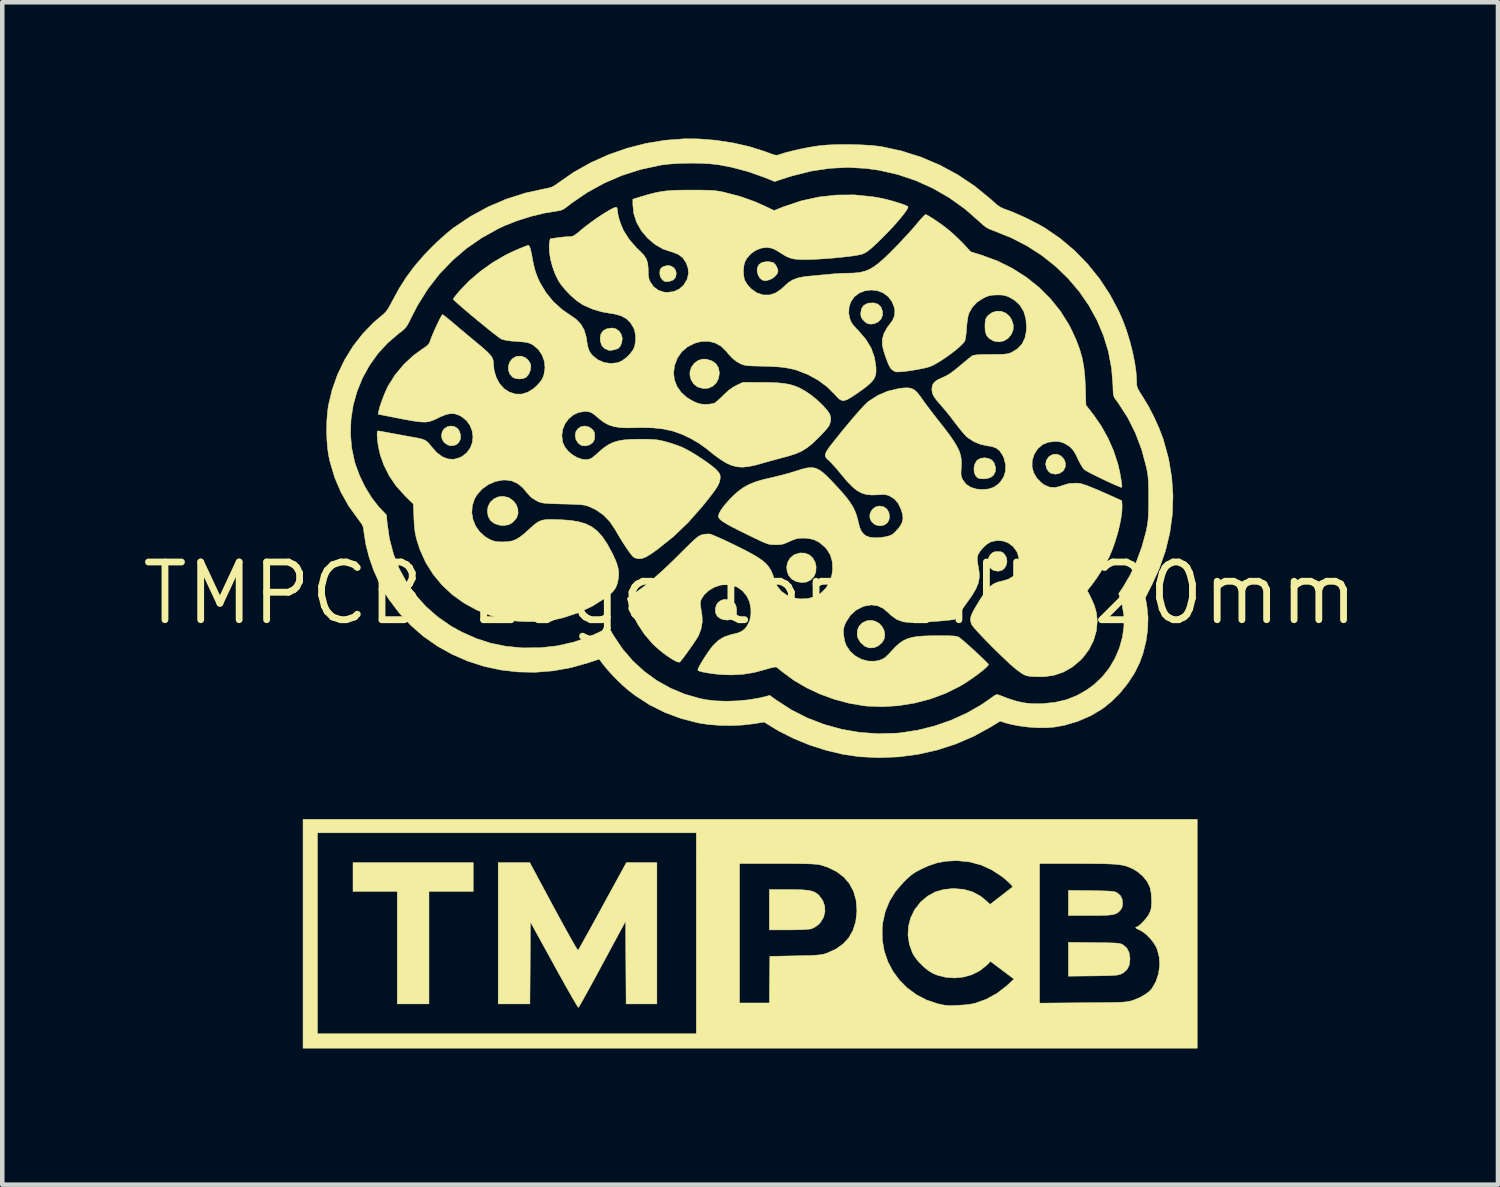
<source format=kicad_pcb>
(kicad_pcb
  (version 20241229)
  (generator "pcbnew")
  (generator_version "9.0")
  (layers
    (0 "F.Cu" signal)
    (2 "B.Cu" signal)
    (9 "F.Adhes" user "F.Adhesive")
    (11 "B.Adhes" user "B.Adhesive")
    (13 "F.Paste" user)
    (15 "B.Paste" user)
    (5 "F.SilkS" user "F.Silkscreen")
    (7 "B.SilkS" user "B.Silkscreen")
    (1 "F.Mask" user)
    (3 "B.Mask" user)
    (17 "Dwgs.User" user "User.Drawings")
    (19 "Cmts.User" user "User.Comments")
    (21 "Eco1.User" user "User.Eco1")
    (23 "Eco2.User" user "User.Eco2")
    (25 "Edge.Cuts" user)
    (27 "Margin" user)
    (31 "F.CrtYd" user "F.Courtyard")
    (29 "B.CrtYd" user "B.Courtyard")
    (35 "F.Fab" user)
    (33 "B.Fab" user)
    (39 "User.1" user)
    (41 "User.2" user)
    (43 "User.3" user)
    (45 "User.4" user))
  (footprint "TMPCB Logo top silk 20mm"
    (layer "F.Cu")
    (at 13.463 10.012)
    (property "Reference" "TMPCB Logo top silk 20mm" (at 0 0 0) (layer "F.SilkS") (effects (font (size 1.27 1.27) (thickness 0.15))))
    (attr through_hole)
    (fp_poly (pts (xy -6.096 6.562) (xy -7.07 6.562) (xy -7.07 9.038) (xy -7.768 9.038) (xy -7.768 6.562) (xy -8.742 6.562) (xy -8.742 5.927) (xy -6.096 5.927) (xy -6.096 6.562)) (stroke (width 0.01) (type solid)) (fill yes) (layer "F.SilkS"))
    (fp_poly (pts (xy -1.749 -7.208) (xy -1.682 -7.17) (xy -1.638 -7.107) (xy -1.626 -7.04) (xy -1.642 -6.957) (xy -1.691 -6.9) (xy -1.774 -6.868) (xy -1.794 -6.864) (xy -1.857 -6.861) (xy -1.901 -6.878) (xy -1.935 -6.907) (xy -1.978 -6.97) (xy -1.989 -7.042) (xy -1.984 -7.113) (xy -1.963 -7.157) (xy -1.918 -7.19) (xy -1.912 -7.193) (xy -1.828 -7.218) (xy -1.749 -7.208)) (stroke (width 0.01) (type solid)) (fill yes) (layer "F.SilkS"))
    (fp_poly (pts (xy 2.937 -1.907) (xy 2.944 -1.904) (xy 3.01 -1.856) (xy 3.053 -1.783) (xy 3.069 -1.699) (xy 3.056 -1.615) (xy 3.022 -1.556) (xy 2.953 -1.505) (xy 2.867 -1.487) (xy 2.778 -1.502) (xy 2.735 -1.523) (xy 2.669 -1.584) (xy 2.637 -1.656) (xy 2.635 -1.731) (xy 2.66 -1.803) (xy 2.706 -1.864) (xy 2.77 -1.907) (xy 2.849 -1.923) (xy 2.937 -1.907)) (stroke (width 0.01) (type solid)) (fill yes) (layer "F.SilkS"))
    (fp_poly (pts (xy 5.249 -2.97) (xy 5.323 -2.932) (xy 5.37 -2.875) (xy 5.403 -2.771) (xy 5.398 -2.679) (xy 5.357 -2.602) (xy 5.306 -2.56) (xy 5.235 -2.532) (xy 5.148 -2.52) (xy 5.064 -2.525) (xy 5.009 -2.543) (xy 4.96 -2.594) (xy 4.932 -2.669) (xy 4.927 -2.756) (xy 4.944 -2.842) (xy 4.984 -2.914) (xy 5.005 -2.936) (xy 5.077 -2.974) (xy 5.163 -2.985) (xy 5.249 -2.97)) (stroke (width 0.01) (type solid)) (fill yes) (layer "F.SilkS"))
    (fp_poly (pts (xy -4.957 -5.193) (xy -4.886 -5.136) (xy -4.839 -5.061) (xy -4.826 -4.989) (xy -4.84 -4.905) (xy -4.876 -4.822) (xy -4.926 -4.761) (xy -4.934 -4.755) (xy -5.003 -4.727) (xy -5.089 -4.72) (xy -5.174 -4.733) (xy -5.233 -4.762) (xy -5.294 -4.834) (xy -5.322 -4.92) (xy -5.32 -5.011) (xy -5.29 -5.097) (xy -5.233 -5.168) (xy -5.152 -5.214) (xy -5.134 -5.219) (xy -5.043 -5.223) (xy -4.957 -5.193)) (stroke (width 0.01) (type solid)) (fill yes) (layer "F.SilkS"))
    (fp_poly (pts (xy -3.555 -3.665) (xy -3.489 -3.623) (xy -3.446 -3.577) (xy -3.427 -3.531) (xy -3.422 -3.463) (xy -3.428 -3.389) (xy -3.452 -3.337) (xy -3.474 -3.311) (xy -3.542 -3.267) (xy -3.626 -3.246) (xy -3.705 -3.254) (xy -3.717 -3.258) (xy -3.786 -3.309) (xy -3.834 -3.385) (xy -3.852 -3.474) (xy -3.852 -3.476) (xy -3.835 -3.563) (xy -3.787 -3.629) (xy -3.719 -3.671) (xy -3.638 -3.684) (xy -3.555 -3.665)) (stroke (width 0.01) (type solid)) (fill yes) (layer "F.SilkS"))
    (fp_poly (pts (xy 2.751 0.611) (xy 2.837 0.659) (xy 2.905 0.731) (xy 2.949 0.817) (xy 2.965 0.91) (xy 2.951 1.003) (xy 2.906 1.081) (xy 2.82 1.156) (xy 2.724 1.197) (xy 2.625 1.201) (xy 2.531 1.167) (xy 2.519 1.159) (xy 2.426 1.077) (xy 2.372 0.982) (xy 2.356 0.917) (xy 2.361 0.81) (xy 2.402 0.718) (xy 2.472 0.647) (xy 2.566 0.604) (xy 2.65 0.593) (xy 2.751 0.611)) (stroke (width 0.01) (type solid)) (fill yes) (layer "F.SilkS"))
    (fp_poly (pts (xy 2.814 -6.367) (xy 2.877 -6.306) (xy 2.879 -6.302) (xy 2.915 -6.208) (xy 2.914 -6.117) (xy 2.879 -6.036) (xy 2.815 -5.973) (xy 2.727 -5.935) (xy 2.655 -5.927) (xy 2.593 -5.936) (xy 2.538 -5.969) (xy 2.506 -5.999) (xy 2.46 -6.052) (xy 2.439 -6.103) (xy 2.434 -6.167) (xy 2.451 -6.266) (xy 2.5 -6.338) (xy 2.581 -6.382) (xy 2.615 -6.39) (xy 2.725 -6.395) (xy 2.814 -6.367)) (stroke (width 0.01) (type solid)) (fill yes) (layer "F.SilkS"))
    (fp_poly (pts (xy 5.519 -0.916) (xy 5.565 -0.896) (xy 5.6 -0.861) (xy 5.643 -0.786) (xy 5.654 -0.703) (xy 5.638 -0.623) (xy 5.599 -0.553) (xy 5.54 -0.505) (xy 5.464 -0.488) (xy 5.397 -0.496) (xy 5.339 -0.515) (xy 5.336 -0.516) (xy 5.27 -0.575) (xy 5.235 -0.652) (xy 5.233 -0.738) (xy 5.267 -0.822) (xy 5.29 -0.852) (xy 5.336 -0.896) (xy 5.383 -0.916) (xy 5.451 -0.921) (xy 5.519 -0.916)) (stroke (width 0.01) (type solid)) (fill yes) (layer "F.SilkS"))
    (fp_poly (pts (xy 6.812 -3.043) (xy 6.873 -2.998) (xy 6.919 -2.935) (xy 6.942 -2.863) (xy 6.939 -2.786) (xy 6.902 -2.711) (xy 6.881 -2.687) (xy 6.805 -2.639) (xy 6.714 -2.624) (xy 6.62 -2.646) (xy 6.61 -2.65) (xy 6.57 -2.684) (xy 6.533 -2.737) (xy 6.529 -2.746) (xy 6.504 -2.841) (xy 6.521 -2.93) (xy 6.577 -3.008) (xy 6.588 -3.017) (xy 6.664 -3.059) (xy 6.74 -3.066) (xy 6.812 -3.043)) (stroke (width 0.01) (type solid)) (fill yes) (layer "F.SilkS"))
    (fp_poly (pts (xy -5.33 -2.113) (xy -5.298 -2.098) (xy -5.211 -2.035) (xy -5.148 -1.951) (xy -5.113 -1.855) (xy -5.108 -1.758) (xy -5.137 -1.668) (xy -5.147 -1.653) (xy -5.227 -1.562) (xy -5.318 -1.51) (xy -5.427 -1.493) (xy -5.516 -1.501) (xy -5.63 -1.538) (xy -5.715 -1.604) (xy -5.767 -1.697) (xy -5.785 -1.812) (xy -5.767 -1.921) (xy -5.715 -2.012) (xy -5.638 -2.082) (xy -5.544 -2.124) (xy -5.438 -2.136) (xy -5.33 -2.113)) (stroke (width 0.01) (type solid)) (fill yes) (layer "F.SilkS"))
    (fp_poly (pts (xy -0.957 -5.154) (xy -0.837 -5.116) (xy -0.75 -5.051) (xy -0.696 -4.962) (xy -0.677 -4.849) (xy -0.677 -4.847) (xy -0.696 -4.729) (xy -0.746 -4.632) (xy -0.822 -4.561) (xy -0.916 -4.518) (xy -1.023 -4.508) (xy -1.135 -4.536) (xy -1.167 -4.551) (xy -1.246 -4.615) (xy -1.301 -4.705) (xy -1.326 -4.81) (xy -1.324 -4.881) (xy -1.289 -4.986) (xy -1.224 -5.071) (xy -1.137 -5.131) (xy -1.036 -5.158) (xy -0.957 -5.154)) (stroke (width 0.01) (type solid)) (fill yes) (layer "F.SilkS"))
    (fp_poly (pts (xy 1.207 -0.886) (xy 1.304 -0.847) (xy 1.381 -0.776) (xy 1.434 -0.678) (xy 1.453 -0.587) (xy 1.446 -0.47) (xy 1.405 -0.372) (xy 1.336 -0.298) (xy 1.245 -0.251) (xy 1.137 -0.237) (xy 1.018 -0.259) (xy 1.005 -0.264) (xy 0.914 -0.317) (xy 0.849 -0.395) (xy 0.813 -0.487) (xy 0.805 -0.587) (xy 0.826 -0.684) (xy 0.876 -0.772) (xy 0.955 -0.84) (xy 0.982 -0.855) (xy 1.097 -0.89) (xy 1.207 -0.886)) (stroke (width 0.01) (type solid)) (fill yes) (layer "F.SilkS"))
    (fp_poly (pts (xy -6.514 -3.674) (xy -6.446 -3.635) (xy -6.403 -3.578) (xy -6.374 -3.486) (xy -6.377 -3.397) (xy -6.413 -3.323) (xy -6.423 -3.312) (xy -6.467 -3.276) (xy -6.504 -3.26) (xy -6.506 -3.26) (xy -6.554 -3.253) (xy -6.565 -3.25) (xy -6.603 -3.251) (xy -6.656 -3.267) (xy -6.659 -3.269) (xy -6.739 -3.324) (xy -6.784 -3.403) (xy -6.795 -3.478) (xy -6.777 -3.562) (xy -6.731 -3.626) (xy -6.666 -3.668) (xy -6.59 -3.685) (xy -6.514 -3.674)) (stroke (width 0.01) (type solid)) (fill yes) (layer "F.SilkS"))
    (fp_poly (pts (xy -2.953 -5.823) (xy -2.883 -5.771) (xy -2.834 -5.697) (xy -2.815 -5.611) (xy -2.815 -5.61) (xy -2.826 -5.522) (xy -2.856 -5.446) (xy -2.899 -5.396) (xy -2.915 -5.387) (xy -2.985 -5.364) (xy -3.055 -5.35) (xy -3.107 -5.349) (xy -3.111 -5.35) (xy -3.206 -5.391) (xy -3.267 -5.458) (xy -3.298 -5.553) (xy -3.302 -5.619) (xy -3.284 -5.713) (xy -3.233 -5.783) (xy -3.151 -5.826) (xy -3.039 -5.842) (xy -3.034 -5.842) (xy -2.953 -5.823)) (stroke (width 0.01) (type solid)) (fill yes) (layer "F.SilkS"))
    (fp_poly (pts (xy -0.489 0.135) (xy -0.404 0.168) (xy -0.335 0.229) (xy -0.329 0.237) (xy -0.308 0.292) (xy -0.297 0.368) (xy -0.299 0.446) (xy -0.309 0.496) (xy -0.349 0.545) (xy -0.416 0.576) (xy -0.5 0.588) (xy -0.589 0.579) (xy -0.654 0.556) (xy -0.725 0.5) (xy -0.764 0.422) (xy -0.765 0.332) (xy -0.761 0.315) (xy -0.739 0.249) (xy -0.711 0.207) (xy -0.666 0.169) (xy -0.657 0.163) (xy -0.578 0.132) (xy -0.489 0.135)) (stroke (width 0.01) (type solid)) (fill yes) (layer "F.SilkS"))
    (fp_poly (pts (xy 0.435 -7.298) (xy 0.493 -7.287) (xy 0.509 -7.281) (xy 0.553 -7.24) (xy 0.591 -7.177) (xy 0.612 -7.111) (xy 0.614 -7.094) (xy 0.596 -7.037) (xy 0.548 -6.978) (xy 0.483 -6.929) (xy 0.427 -6.904) (xy 0.364 -6.886) (xy 0.323 -6.882) (xy 0.289 -6.89) (xy 0.254 -6.906) (xy 0.208 -6.949) (xy 0.173 -7.018) (xy 0.153 -7.095) (xy 0.156 -7.16) (xy 0.194 -7.238) (xy 0.261 -7.285) (xy 0.358 -7.302) (xy 0.365 -7.303) (xy 0.435 -7.298)) (stroke (width 0.01) (type solid)) (fill yes) (layer "F.SilkS"))
    (fp_poly (pts (xy 5.53 -6.209) (xy 5.627 -6.17) (xy 5.709 -6.099) (xy 5.756 -6.025) (xy 5.793 -5.911) (xy 5.79 -5.804) (xy 5.752 -5.706) (xy 5.679 -5.615) (xy 5.586 -5.558) (xy 5.482 -5.536) (xy 5.373 -5.552) (xy 5.34 -5.565) (xy 5.255 -5.617) (xy 5.201 -5.685) (xy 5.174 -5.776) (xy 5.169 -5.897) (xy 5.169 -5.899) (xy 5.175 -5.983) (xy 5.186 -6.038) (xy 5.206 -6.079) (xy 5.237 -6.116) (xy 5.328 -6.183) (xy 5.428 -6.213) (xy 5.53 -6.209)) (stroke (width 0.01) (type solid)) (fill yes) (layer "F.SilkS"))
    (fp_poly (pts (xy 7.509 6.544) (xy 7.67 6.547) (xy 7.795 6.55) (xy 7.888 6.553) (xy 7.957 6.558) (xy 8.006 6.565) (xy 8.041 6.574) (xy 8.068 6.585) (xy 8.079 6.592) (xy 8.152 6.655) (xy 8.191 6.738) (xy 8.2 6.83) (xy 8.187 6.914) (xy 8.147 6.978) (xy 8.113 7.012) (xy 8.076 7.039) (xy 8.032 7.059) (xy 7.975 7.073) (xy 7.899 7.082) (xy 7.798 7.088) (xy 7.666 7.09) (xy 7.499 7.091) (xy 7.483 7.091) (xy 7.006 7.091) (xy 7.006 6.538) (xy 7.509 6.544)) (stroke (width 0.01) (type solid)) (fill yes) (layer "F.SilkS"))
    (fp_poly (pts (xy 1.009 6.521) (xy 1.15 6.526) (xy 1.26 6.536) (xy 1.345 6.551) (xy 1.412 6.574) (xy 1.465 6.605) (xy 1.512 6.645) (xy 1.518 6.651) (xy 1.599 6.762) (xy 1.642 6.883) (xy 1.647 7.009) (xy 1.616 7.131) (xy 1.549 7.242) (xy 1.496 7.296) (xy 1.431 7.343) (xy 1.36 7.379) (xy 1.339 7.386) (xy 1.293 7.393) (xy 1.213 7.399) (xy 1.107 7.404) (xy 0.983 7.407) (xy 0.849 7.408) (xy 0.841 7.408) (xy 0.423 7.408) (xy 0.423 6.519) (xy 0.832 6.519) (xy 1.009 6.521)) (stroke (width 0.01) (type solid)) (fill yes) (layer "F.SilkS"))
    (fp_poly (pts (xy 7.572 7.688) (xy 7.742 7.69) (xy 7.875 7.692) (xy 7.977 7.695) (xy 8.052 7.698) (xy 8.107 7.704) (xy 8.146 7.711) (xy 8.176 7.72) (xy 8.201 7.733) (xy 8.216 7.742) (xy 8.293 7.811) (xy 8.34 7.903) (xy 8.36 8.025) (xy 8.361 8.059) (xy 8.346 8.182) (xy 8.299 8.277) (xy 8.219 8.35) (xy 8.181 8.371) (xy 8.151 8.385) (xy 8.118 8.395) (xy 8.076 8.403) (xy 8.018 8.408) (xy 7.94 8.413) (xy 7.836 8.416) (xy 7.699 8.419) (xy 7.551 8.421) (xy 7.006 8.427) (xy 7.006 7.681) (xy 7.572 7.688)) (stroke (width 0.01) (type solid)) (fill yes) (layer "F.SilkS"))
    (fp_poly (pts (xy -4.328 6.902) (xy -4.227 7.088) (xy -4.132 7.262) (xy -4.045 7.42) (xy -3.968 7.559) (xy -3.901 7.676) (xy -3.849 7.767) (xy -3.811 7.829) (xy -3.791 7.858) (xy -3.788 7.859) (xy -3.775 7.838) (xy -3.743 7.783) (xy -3.696 7.698) (xy -3.634 7.586) (xy -3.559 7.452) (xy -3.474 7.298) (xy -3.381 7.128) (xy -3.281 6.946) (xy -3.248 6.884) (xy -2.724 5.927) (xy -2.053 5.927) (xy -2.053 9.038) (xy -2.73 9.038) (xy -2.736 8.127) (xy -2.741 7.215) (xy -3.252 8.163) (xy -3.351 8.347) (xy -3.445 8.52) (xy -3.531 8.677) (xy -3.608 8.816) (xy -3.673 8.933) (xy -3.724 9.024) (xy -3.76 9.085) (xy -3.779 9.114) (xy -3.781 9.116) (xy -3.794 9.099) (xy -3.826 9.048) (xy -3.874 8.968) (xy -3.936 8.86) (xy -4.011 8.729) (xy -4.096 8.578) (xy -4.189 8.411) (xy -4.289 8.231) (xy -4.318 8.177) (xy -4.837 7.233) (xy -4.842 8.136) (xy -4.848 9.038) (xy -5.546 9.038) (xy -5.546 5.927) (xy -4.851 5.927) (xy -4.328 6.902)) (stroke (width 0.01) (type solid)) (fill yes) (layer "F.SilkS"))
    (fp_poly (pts (xy 9.842 10.012) (xy -9.842 10.012) (xy -9.842 5.271) (xy -9.525 5.271) (xy -9.525 9.694) (xy -1.185 9.694) (xy -1.185 5.948) (xy -0.233 5.948) (xy -0.233 9.017) (xy 0.423 9.017) (xy 0.428 8.504) (xy 0.434 7.99) (xy 0.995 7.979) (xy 1.167 7.975) (xy 1.302 7.972) (xy 1.407 7.967) (xy 1.488 7.962) (xy 1.551 7.955) (xy 1.601 7.946) (xy 1.646 7.935) (xy 1.69 7.92) (xy 1.691 7.92) (xy 1.885 7.832) (xy 2.046 7.718) (xy 2.173 7.58) (xy 2.265 7.416) (xy 2.277 7.376) (xy 2.907 7.376) (xy 2.91 7.632) (xy 2.953 7.876) (xy 3.032 8.108) (xy 3.145 8.323) (xy 3.289 8.517) (xy 3.462 8.689) (xy 3.66 8.834) (xy 3.882 8.95) (xy 4.125 9.033) (xy 4.286 9.067) (xy 4.361 9.073) (xy 4.464 9.073) (xy 4.584 9.068) (xy 4.707 9.06) (xy 4.82 9.048) (xy 4.912 9.033) (xy 4.942 9.026) (xy 4.961 9.02) (xy 6.371 9.02) (xy 7.329 9.012) (xy 7.556 9.01) (xy 7.744 9.009) (xy 7.899 9.007) (xy 8.024 9.004) (xy 8.123 9.002) (xy 8.202 8.998) (xy 8.263 8.993) (xy 8.311 8.987) (xy 8.351 8.98) (xy 8.386 8.971) (xy 8.421 8.96) (xy 8.435 8.956) (xy 8.563 8.904) (xy 8.681 8.839) (xy 8.779 8.769) (xy 8.84 8.705) (xy 8.932 8.548) (xy 8.99 8.373) (xy 9.015 8.189) (xy 9.005 8.005) (xy 8.959 7.831) (xy 8.943 7.793) (xy 8.886 7.695) (xy 8.808 7.597) (xy 8.719 7.508) (xy 8.628 7.439) (xy 8.562 7.406) (xy 8.514 7.383) (xy 8.488 7.361) (xy 8.491 7.347) (xy 8.506 7.345) (xy 8.54 7.329) (xy 8.591 7.288) (xy 8.649 7.231) (xy 8.707 7.165) (xy 8.756 7.101) (xy 8.78 7.062) (xy 8.808 7.002) (xy 8.825 6.946) (xy 8.834 6.881) (xy 8.837 6.79) (xy 8.837 6.763) (xy 8.829 6.608) (xy 8.806 6.487) (xy 8.798 6.462) (xy 8.738 6.342) (xy 8.645 6.226) (xy 8.531 6.128) (xy 8.44 6.072) (xy 8.38 6.043) (xy 8.321 6.019) (xy 8.261 5.999) (xy 8.193 5.983) (xy 8.113 5.971) (xy 8.018 5.962) (xy 7.901 5.956) (xy 7.759 5.952) (xy 7.588 5.95) (xy 7.382 5.948) (xy 7.202 5.948) (xy 6.371 5.948) (xy 6.371 9.02) (xy 4.961 9.02) (xy 5.194 8.936) (xy 5.429 8.808) (xy 5.646 8.642) (xy 5.684 8.606) (xy 5.808 8.489) (xy 5.549 8.295) (xy 5.291 8.101) (xy 5.195 8.196) (xy 5.05 8.31) (xy 4.882 8.394) (xy 4.697 8.446) (xy 4.503 8.466) (xy 4.308 8.452) (xy 4.117 8.404) (xy 4.022 8.364) (xy 3.921 8.302) (xy 3.814 8.215) (xy 3.712 8.112) (xy 3.627 8.006) (xy 3.574 7.916) (xy 3.505 7.722) (xy 3.475 7.525) (xy 3.486 7.329) (xy 3.534 7.142) (xy 3.62 6.966) (xy 3.743 6.807) (xy 3.759 6.79) (xy 3.911 6.662) (xy 4.078 6.572) (xy 4.262 6.518) (xy 4.469 6.498) (xy 4.487 6.498) (xy 4.702 6.516) (xy 4.896 6.571) (xy 5.068 6.663) (xy 5.187 6.759) (xy 5.281 6.847) (xy 5.524 6.659) (xy 5.611 6.592) (xy 5.686 6.534) (xy 5.742 6.49) (xy 5.773 6.466) (xy 5.777 6.463) (xy 5.77 6.443) (xy 5.737 6.404) (xy 5.684 6.352) (xy 5.617 6.293) (xy 5.546 6.235) (xy 5.321 6.087) (xy 5.086 5.98) (xy 4.84 5.913) (xy 4.579 5.886) (xy 4.523 5.885) (xy 4.313 5.896) (xy 4.119 5.931) (xy 3.927 5.996) (xy 3.789 6.058) (xy 3.687 6.11) (xy 3.606 6.157) (xy 3.535 6.209) (xy 3.461 6.274) (xy 3.375 6.359) (xy 3.202 6.559) (xy 3.07 6.771) (xy 2.976 6.998) (xy 2.921 7.242) (xy 2.907 7.376) (xy 2.277 7.376) (xy 2.324 7.226) (xy 2.349 7.012) (xy 2.349 6.961) (xy 2.331 6.749) (xy 2.276 6.558) (xy 2.185 6.389) (xy 2.061 6.244) (xy 1.903 6.124) (xy 1.714 6.031) (xy 1.557 5.98) (xy 1.516 5.972) (xy 1.466 5.965) (xy 1.4 5.959) (xy 1.316 5.955) (xy 1.209 5.952) (xy 1.074 5.95) (xy 0.908 5.948) (xy 0.705 5.948) (xy 0.599 5.948) (xy -0.233 5.948) (xy -1.185 5.948) (xy -1.185 5.271) (xy -9.525 5.271) (xy -9.842 5.271) (xy -9.842 4.974) (xy 9.842 4.974) (xy 9.842 10.012)) (stroke (width 0.01) (type solid)) (fill yes) (layer "F.SilkS"))
    (fp_poly (pts (xy -1.148 -10.005) (xy -0.762 -9.975) (xy -0.384 -9.918) (xy -0.024 -9.837) (xy 0.311 -9.732) (xy 0.378 -9.707) (xy 0.468 -9.673) (xy 0.529 -9.653) (xy 0.572 -9.645) (xy 0.608 -9.648) (xy 0.648 -9.66) (xy 0.661 -9.665) (xy 0.775 -9.701) (xy 0.92 -9.738) (xy 1.083 -9.776) (xy 1.253 -9.81) (xy 1.418 -9.839) (xy 1.528 -9.854) (xy 1.683 -9.869) (xy 1.867 -9.878) (xy 2.068 -9.881) (xy 2.275 -9.879) (xy 2.479 -9.872) (xy 2.668 -9.86) (xy 2.831 -9.843) (xy 2.9 -9.833) (xy 3.34 -9.737) (xy 3.766 -9.601) (xy 4.175 -9.428) (xy 4.566 -9.217) (xy 4.936 -8.97) (xy 5.284 -8.687) (xy 5.357 -8.62) (xy 5.44 -8.548) (xy 5.514 -8.499) (xy 5.594 -8.462) (xy 5.641 -8.446) (xy 5.738 -8.41) (xy 5.862 -8.358) (xy 6.001 -8.296) (xy 6.146 -8.227) (xy 6.285 -8.156) (xy 6.408 -8.09) (xy 6.488 -8.044) (xy 6.825 -7.813) (xy 7.139 -7.547) (xy 7.428 -7.251) (xy 7.689 -6.928) (xy 7.918 -6.581) (xy 8.113 -6.214) (xy 8.205 -6.004) (xy 8.287 -5.783) (xy 8.359 -5.549) (xy 8.419 -5.312) (xy 8.466 -5.082) (xy 8.496 -4.869) (xy 8.509 -4.681) (xy 8.509 -4.66) (xy 8.51 -4.601) (xy 8.517 -4.553) (xy 8.534 -4.506) (xy 8.565 -4.45) (xy 8.613 -4.373) (xy 8.638 -4.334) (xy 8.768 -4.12) (xy 8.892 -3.88) (xy 9.003 -3.633) (xy 9.093 -3.396) (xy 9.099 -3.376) (xy 9.211 -2.967) (xy 9.28 -2.557) (xy 9.308 -2.146) (xy 9.294 -1.737) (xy 9.238 -1.331) (xy 9.141 -0.93) (xy 9.002 -0.535) (xy 8.855 -0.213) (xy 8.701 0.093) (xy 8.734 0.284) (xy 8.759 0.528) (xy 8.752 0.787) (xy 8.715 1.054) (xy 8.649 1.318) (xy 8.574 1.527) (xy 8.461 1.755) (xy 8.315 1.979) (xy 8.143 2.192) (xy 7.955 2.381) (xy 7.757 2.539) (xy 7.497 2.694) (xy 7.213 2.817) (xy 6.914 2.905) (xy 6.695 2.944) (xy 6.514 2.958) (xy 6.31 2.957) (xy 6.097 2.941) (xy 5.889 2.913) (xy 5.701 2.873) (xy 5.605 2.846) (xy 5.505 2.812) (xy 5.296 2.94) (xy 4.923 3.145) (xy 4.529 3.315) (xy 4.118 3.448) (xy 3.696 3.543) (xy 3.265 3.6) (xy 2.83 3.617) (xy 2.407 3.596) (xy 2.05 3.544) (xy 1.684 3.458) (xy 1.319 3.342) (xy 0.966 3.198) (xy 0.634 3.031) (xy 0.488 2.944) (xy 0.308 2.833) (xy 0.075 2.871) (xy -0.155 2.898) (xy -0.405 2.91) (xy -0.659 2.906) (xy -0.905 2.888) (xy -1.126 2.855) (xy -1.144 2.851) (xy -1.524 2.753) (xy -1.879 2.621) (xy -2.212 2.454) (xy -2.526 2.251) (xy -2.688 2.126) (xy -2.798 2.031) (xy -2.918 1.916) (xy -3.038 1.793) (xy -3.146 1.674) (xy -3.232 1.568) (xy -3.234 1.565) (xy -3.322 1.448) (xy -3.564 1.528) (xy -3.951 1.637) (xy -4.34 1.706) (xy -4.727 1.737) (xy -5.111 1.73) (xy -5.489 1.686) (xy -5.857 1.607) (xy -6.214 1.492) (xy -6.556 1.344) (xy -6.881 1.163) (xy -7.187 0.95) (xy -7.469 0.705) (xy -7.726 0.43) (xy -7.955 0.126) (xy -8.026 0.017) (xy -8.166 -0.236) (xy -8.288 -0.51) (xy -8.387 -0.794) (xy -8.459 -1.075) (xy -8.501 -1.341) (xy -8.51 -1.419) (xy -8.524 -1.477) (xy -8.55 -1.528) (xy -8.594 -1.589) (xy -8.625 -1.63) (xy -8.836 -1.923) (xy -9.008 -2.227) (xy -9.144 -2.547) (xy -9.247 -2.89) (xy -9.273 -3.006) (xy -9.3 -3.177) (xy -9.316 -3.375) (xy -9.321 -3.517) (xy -8.798 -3.517) (xy -8.772 -3.204) (xy -8.706 -2.896) (xy -8.687 -2.833) (xy -8.593 -2.581) (xy -8.474 -2.337) (xy -8.334 -2.11) (xy -8.181 -1.911) (xy -8.128 -1.853) (xy -8.005 -1.725) (xy -7.991 -1.556) (xy -7.94 -1.201) (xy -7.85 -0.862) (xy -7.724 -0.542) (xy -7.561 -0.241) (xy -7.364 0.038) (xy -7.134 0.293) (xy -6.872 0.522) (xy -6.579 0.724) (xy -6.339 0.856) (xy -6.022 0.996) (xy -5.705 1.098) (xy -5.379 1.164) (xy -5.035 1.198) (xy -4.995 1.2) (xy -4.609 1.196) (xy -4.238 1.154) (xy -3.881 1.072) (xy -3.534 0.951) (xy -3.334 0.86) (xy -3.111 0.75) (xy -3.002 0.936) (xy -2.809 1.224) (xy -2.584 1.485) (xy -2.331 1.718) (xy -2.054 1.919) (xy -1.754 2.087) (xy -1.436 2.22) (xy -1.102 2.315) (xy -0.979 2.34) (xy -0.764 2.366) (xy -0.524 2.374) (xy -0.274 2.366) (xy -0.027 2.342) (xy 0.204 2.302) (xy 0.274 2.286) (xy 0.431 2.246) (xy 0.57 2.346) (xy 0.903 2.562) (xy 1.258 2.742) (xy 1.63 2.885) (xy 2.015 2.992) (xy 2.41 3.06) (xy 2.811 3.089) (xy 3.214 3.078) (xy 3.32 3.069) (xy 3.693 3.011) (xy 4.064 2.918) (xy 4.425 2.792) (xy 4.769 2.636) (xy 5.089 2.453) (xy 5.303 2.305) (xy 5.367 2.258) (xy 5.409 2.234) (xy 5.441 2.228) (xy 5.474 2.236) (xy 5.489 2.242) (xy 5.688 2.318) (xy 5.862 2.373) (xy 6.024 2.409) (xy 6.185 2.427) (xy 6.355 2.43) (xy 6.445 2.427) (xy 6.717 2.398) (xy 6.963 2.341) (xy 7.192 2.25) (xy 7.411 2.125) (xy 7.567 2.011) (xy 7.749 1.841) (xy 7.905 1.646) (xy 8.032 1.43) (xy 8.13 1.199) (xy 8.196 0.96) (xy 8.229 0.716) (xy 8.226 0.475) (xy 8.186 0.241) (xy 8.165 0.167) (xy 8.113 0.007) (xy 8.217 -0.15) (xy 8.373 -0.416) (xy 8.51 -0.713) (xy 8.625 -1.029) (xy 8.714 -1.354) (xy 8.724 -1.397) (xy 8.74 -1.479) (xy 8.752 -1.555) (xy 8.761 -1.635) (xy 8.767 -1.727) (xy 8.77 -1.839) (xy 8.772 -1.98) (xy 8.772 -2.085) (xy 8.772 -2.247) (xy 8.77 -2.374) (xy 8.766 -2.476) (xy 8.759 -2.561) (xy 8.75 -2.638) (xy 8.736 -2.713) (xy 8.724 -2.773) (xy 8.62 -3.162) (xy 8.481 -3.53) (xy 8.309 -3.873) (xy 8.104 -4.19) (xy 8.068 -4.239) (xy 8.035 -4.284) (xy 8.013 -4.322) (xy 7.999 -4.362) (xy 7.992 -4.416) (xy 7.988 -4.493) (xy 7.986 -4.58) (xy 7.956 -4.954) (xy 7.887 -5.32) (xy 7.779 -5.674) (xy 7.635 -6.014) (xy 7.456 -6.339) (xy 7.244 -6.646) (xy 7 -6.932) (xy 6.727 -7.196) (xy 6.427 -7.435) (xy 6.1 -7.646) (xy 5.749 -7.828) (xy 5.376 -7.978) (xy 5.366 -7.982) (xy 5.274 -8.017) (xy 5.203 -8.054) (xy 5.136 -8.103) (xy 5.059 -8.173) (xy 5.056 -8.176) (xy 4.734 -8.459) (xy 4.391 -8.705) (xy 4.028 -8.915) (xy 3.648 -9.087) (xy 3.252 -9.22) (xy 2.842 -9.314) (xy 2.557 -9.354) (xy 2.159 -9.377) (xy 1.755 -9.357) (xy 1.347 -9.296) (xy 0.936 -9.193) (xy 0.815 -9.156) (xy 0.54 -9.066) (xy 0.285 -9.168) (xy -0.051 -9.286) (xy -0.406 -9.38) (xy -0.688 -9.434) (xy -0.872 -9.455) (xy -1.085 -9.468) (xy -1.312 -9.471) (xy -1.542 -9.466) (xy -1.759 -9.452) (xy -1.952 -9.43) (xy -1.99 -9.423) (xy -2.411 -9.331) (xy -2.818 -9.201) (xy -3.209 -9.033) (xy -3.58 -8.83) (xy -3.928 -8.593) (xy -4.03 -8.513) (xy -4.104 -8.46) (xy -4.173 -8.43) (xy -4.252 -8.416) (xy -4.533 -8.37) (xy -4.828 -8.298) (xy -5.125 -8.204) (xy -5.407 -8.093) (xy -5.54 -8.031) (xy -5.907 -7.827) (xy -6.247 -7.592) (xy -6.559 -7.324) (xy -6.843 -7.027) (xy -7.097 -6.699) (xy -7.319 -6.344) (xy -7.449 -6.093) (xy -7.498 -5.992) (xy -7.537 -5.919) (xy -7.572 -5.865) (xy -7.611 -5.821) (xy -7.661 -5.777) (xy -7.73 -5.725) (xy -7.74 -5.718) (xy -7.983 -5.509) (xy -8.198 -5.274) (xy -8.382 -5.015) (xy -8.534 -4.738) (xy -8.653 -4.445) (xy -8.738 -4.142) (xy -8.786 -3.831) (xy -8.798 -3.517) (xy -9.321 -3.517) (xy -9.323 -3.587) (xy -9.318 -3.799) (xy -9.303 -3.998) (xy -9.284 -4.138) (xy -9.201 -4.483) (xy -9.082 -4.818) (xy -8.928 -5.138) (xy -8.743 -5.438) (xy -8.528 -5.715) (xy -8.288 -5.962) (xy -8.153 -6.078) (xy -8.079 -6.139) (xy -8.025 -6.192) (xy -7.981 -6.248) (xy -7.938 -6.319) (xy -7.887 -6.416) (xy -7.884 -6.421) (xy -7.732 -6.702) (xy -7.572 -6.955) (xy -7.396 -7.192) (xy -7.196 -7.425) (xy -7.018 -7.611) (xy -6.911 -7.715) (xy -6.796 -7.822) (xy -6.682 -7.922) (xy -6.581 -8.006) (xy -6.53 -8.046) (xy -6.159 -8.295) (xy -5.77 -8.507) (xy -5.366 -8.68) (xy -4.948 -8.813) (xy -4.548 -8.901) (xy -4.45 -8.92) (xy -4.379 -8.94) (xy -4.321 -8.967) (xy -4.262 -9.006) (xy -4.235 -9.026) (xy -3.888 -9.267) (xy -3.516 -9.477) (xy -3.123 -9.654) (xy -2.714 -9.797) (xy -2.295 -9.905) (xy -1.87 -9.975) (xy -1.444 -10.007) (xy -1.148 -10.005)) (stroke (width 0.01) (type solid)) (fill yes) (layer "F.SilkS"))
    (fp_poly (pts (xy -1.134 -8.878) (xy -1.001 -8.876) (xy -0.896 -8.873) (xy -0.809 -8.868) (xy -0.734 -8.86) (xy -0.664 -8.848) (xy -0.589 -8.834) (xy -0.574 -8.83) (xy -0.226 -8.74) (xy 0.098 -8.625) (xy 0.29 -8.54) (xy 0.527 -8.428) (xy 0.738 -8.511) (xy 1.12 -8.639) (xy 1.508 -8.725) (xy 1.901 -8.769) (xy 2.297 -8.772) (xy 2.694 -8.732) (xy 2.883 -8.699) (xy 2.988 -8.675) (xy 3.101 -8.646) (xy 3.213 -8.613) (xy 3.315 -8.581) (xy 3.399 -8.551) (xy 3.456 -8.526) (xy 3.475 -8.514) (xy 3.473 -8.487) (xy 3.444 -8.436) (xy 3.392 -8.363) (xy 3.32 -8.273) (xy 3.233 -8.17) (xy 3.134 -8.059) (xy 3.026 -7.944) (xy 2.912 -7.829) (xy 2.798 -7.717) (xy 2.747 -7.669) (xy 2.655 -7.587) (xy 2.583 -7.53) (xy 2.523 -7.493) (xy 2.467 -7.469) (xy 2.447 -7.463) (xy 2.371 -7.446) (xy 2.259 -7.428) (xy 2.121 -7.411) (xy 1.963 -7.394) (xy 1.793 -7.378) (xy 1.619 -7.365) (xy 1.449 -7.355) (xy 1.364 -7.351) (xy 1.201 -7.347) (xy 1.071 -7.35) (xy 0.966 -7.361) (xy 0.878 -7.383) (xy 0.797 -7.417) (xy 0.716 -7.464) (xy 0.689 -7.482) (xy 0.612 -7.531) (xy 0.536 -7.573) (xy 0.478 -7.598) (xy 0.361 -7.616) (xy 0.238 -7.598) (xy 0.119 -7.549) (xy 0.013 -7.474) (xy -0.073 -7.376) (xy -0.115 -7.298) (xy -0.138 -7.213) (xy -0.147 -7.108) (xy -0.143 -7.001) (xy -0.126 -6.911) (xy -0.119 -6.893) (xy -0.057 -6.789) (xy 0.034 -6.694) (xy 0.14 -6.621) (xy 0.159 -6.611) (xy 0.294 -6.569) (xy 0.427 -6.569) (xy 0.557 -6.611) (xy 0.682 -6.694) (xy 0.747 -6.755) (xy 0.838 -6.838) (xy 0.934 -6.899) (xy 1.045 -6.942) (xy 1.18 -6.97) (xy 1.316 -6.985) (xy 1.441 -6.996) (xy 1.576 -7.009) (xy 1.702 -7.021) (xy 1.757 -7.026) (xy 1.874 -7.037) (xy 2.004 -7.044) (xy 2.121 -7.048) (xy 2.142 -7.048) (xy 2.284 -7.052) (xy 2.406 -7.064) (xy 2.515 -7.089) (xy 2.617 -7.128) (xy 2.719 -7.187) (xy 2.827 -7.267) (xy 2.947 -7.371) (xy 3.085 -7.504) (xy 3.144 -7.564) (xy 3.256 -7.678) (xy 3.37 -7.799) (xy 3.479 -7.917) (xy 3.575 -8.023) (xy 3.65 -8.11) (xy 3.66 -8.123) (xy 3.727 -8.203) (xy 3.787 -8.27) (xy 3.832 -8.317) (xy 3.858 -8.339) (xy 3.861 -8.34) (xy 3.894 -8.328) (xy 3.953 -8.294) (xy 4.031 -8.245) (xy 4.121 -8.185) (xy 4.215 -8.118) (xy 4.306 -8.051) (xy 4.386 -7.986) (xy 4.387 -7.986) (xy 4.478 -7.906) (xy 4.579 -7.81) (xy 4.674 -7.716) (xy 4.704 -7.684) (xy 4.858 -7.519) (xy 5.101 -7.444) (xy 5.447 -7.316) (xy 5.773 -7.154) (xy 6.078 -6.96) (xy 6.357 -6.738) (xy 6.608 -6.488) (xy 6.828 -6.215) (xy 7.014 -5.92) (xy 7.081 -5.789) (xy 7.178 -5.576) (xy 7.253 -5.378) (xy 7.308 -5.185) (xy 7.346 -4.983) (xy 7.369 -4.763) (xy 7.381 -4.532) (xy 7.392 -4.144) (xy 7.558 -3.932) (xy 7.727 -3.688) (xy 7.876 -3.42) (xy 8 -3.14) (xy 8.093 -2.857) (xy 8.135 -2.678) (xy 8.159 -2.545) (xy 8.175 -2.449) (xy 8.183 -2.385) (xy 8.183 -2.348) (xy 8.175 -2.333) (xy 8.165 -2.334) (xy 8.082 -2.368) (xy 7.98 -2.412) (xy 7.867 -2.464) (xy 7.75 -2.519) (xy 7.635 -2.575) (xy 7.531 -2.627) (xy 7.444 -2.673) (xy 7.382 -2.708) (xy 7.353 -2.728) (xy 7.317 -2.774) (xy 7.273 -2.846) (xy 7.231 -2.927) (xy 7.226 -2.938) (xy 7.171 -3.052) (xy 7.122 -3.136) (xy 7.072 -3.197) (xy 7.013 -3.246) (xy 6.957 -3.281) (xy 6.879 -3.32) (xy 6.807 -3.339) (xy 6.717 -3.344) (xy 6.714 -3.344) (xy 6.564 -3.327) (xy 6.437 -3.275) (xy 6.334 -3.188) (xy 6.255 -3.066) (xy 6.252 -3.059) (xy 6.209 -2.921) (xy 6.207 -2.784) (xy 6.243 -2.651) (xy 6.316 -2.53) (xy 6.423 -2.424) (xy 6.473 -2.39) (xy 6.59 -2.339) (xy 6.714 -2.33) (xy 6.845 -2.363) (xy 6.866 -2.372) (xy 7.026 -2.42) (xy 7.194 -2.427) (xy 7.284 -2.415) (xy 7.34 -2.398) (xy 7.426 -2.368) (xy 7.534 -2.325) (xy 7.656 -2.275) (xy 7.783 -2.219) (xy 7.791 -2.216) (xy 8.181 -2.041) (xy 8.188 -1.936) (xy 8.185 -1.815) (xy 8.166 -1.665) (xy 8.133 -1.495) (xy 8.088 -1.315) (xy 8.033 -1.134) (xy 7.971 -0.96) (xy 7.905 -0.804) (xy 7.884 -0.761) (xy 7.768 -0.551) (xy 7.631 -0.339) (xy 7.518 -0.184) (xy 7.422 -0.062) (xy 7.5 0.091) (xy 7.579 0.268) (xy 7.625 0.434) (xy 7.641 0.601) (xy 7.641 0.612) (xy 7.621 0.827) (xy 7.56 1.036) (xy 7.462 1.232) (xy 7.327 1.412) (xy 7.272 1.471) (xy 7.094 1.62) (xy 6.9 1.731) (xy 6.69 1.803) (xy 6.462 1.836) (xy 6.215 1.832) (xy 6.211 1.831) (xy 6.136 1.823) (xy 6.08 1.812) (xy 6.03 1.791) (xy 5.973 1.757) (xy 5.899 1.703) (xy 5.878 1.688) (xy 5.813 1.636) (xy 5.729 1.562) (xy 5.631 1.472) (xy 5.524 1.369) (xy 5.411 1.26) (xy 5.298 1.147) (xy 5.189 1.036) (xy 5.09 0.933) (xy 5.004 0.84) (xy 4.936 0.764) (xy 4.892 0.708) (xy 4.876 0.683) (xy 4.855 0.622) (xy 4.85 0.563) (xy 4.863 0.499) (xy 4.896 0.421) (xy 4.951 0.32) (xy 4.972 0.285) (xy 5.068 0.127) (xy 5.151 0.004) (xy 5.224 -0.091) (xy 5.293 -0.161) (xy 5.362 -0.21) (xy 5.436 -0.244) (xy 5.52 -0.267) (xy 5.549 -0.272) (xy 5.681 -0.31) (xy 5.785 -0.372) (xy 5.865 -0.462) (xy 5.901 -0.546) (xy 5.918 -0.653) (xy 5.914 -0.767) (xy 5.889 -0.875) (xy 5.868 -0.924) (xy 5.79 -1.03) (xy 5.687 -1.108) (xy 5.567 -1.153) (xy 5.439 -1.164) (xy 5.31 -1.137) (xy 5.28 -1.124) (xy 5.205 -1.077) (xy 5.129 -1.008) (xy 5.063 -0.929) (xy 5.017 -0.852) (xy 5.004 -0.811) (xy 5.001 -0.749) (xy 5.01 -0.662) (xy 5.025 -0.575) (xy 5.044 -0.449) (xy 5.043 -0.332) (xy 5.019 -0.218) (xy 4.97 -0.099) (xy 4.893 0.033) (xy 4.789 0.181) (xy 4.727 0.267) (xy 4.667 0.354) (xy 4.62 0.427) (xy 4.605 0.45) (xy 4.566 0.51) (xy 4.529 0.555) (xy 4.511 0.569) (xy 4.479 0.577) (xy 4.411 0.586) (xy 4.316 0.596) (xy 4.201 0.607) (xy 4.074 0.617) (xy 3.942 0.626) (xy 3.813 0.634) (xy 3.694 0.64) (xy 3.593 0.644) (xy 3.532 0.644) (xy 3.368 0.626) (xy 3.225 0.572) (xy 3.096 0.479) (xy 3.048 0.431) (xy 2.93 0.331) (xy 2.803 0.272) (xy 2.668 0.255) (xy 2.523 0.279) (xy 2.476 0.295) (xy 2.328 0.372) (xy 2.208 0.482) (xy 2.116 0.623) (xy 2.115 0.624) (xy 2.079 0.703) (xy 2.06 0.766) (xy 2.054 0.831) (xy 2.057 0.904) (xy 2.081 1.055) (xy 2.117 1.15) (xy 2.203 1.278) (xy 2.317 1.379) (xy 2.45 1.451) (xy 2.596 1.49) (xy 2.746 1.493) (xy 2.842 1.474) (xy 2.899 1.454) (xy 2.947 1.429) (xy 2.995 1.391) (xy 3.054 1.333) (xy 3.112 1.269) (xy 3.201 1.175) (xy 3.285 1.1) (xy 3.37 1.042) (xy 3.461 0.999) (xy 3.567 0.968) (xy 3.692 0.948) (xy 3.843 0.937) (xy 4.027 0.932) (xy 4.138 0.932) (xy 4.281 0.932) (xy 4.389 0.934) (xy 4.467 0.937) (xy 4.522 0.943) (xy 4.561 0.951) (xy 4.59 0.963) (xy 4.604 0.971) (xy 4.637 0.996) (xy 4.693 1.043) (xy 4.765 1.106) (xy 4.847 1.18) (xy 4.935 1.259) (xy 5.021 1.34) (xy 5.102 1.415) (xy 5.17 1.481) (xy 5.22 1.531) (xy 5.247 1.56) (xy 5.249 1.565) (xy 5.232 1.594) (xy 5.185 1.641) (xy 5.114 1.701) (xy 5.025 1.771) (xy 4.924 1.845) (xy 4.816 1.919) (xy 4.708 1.99) (xy 4.611 2.047) (xy 4.301 2.201) (xy 3.968 2.324) (xy 3.62 2.415) (xy 3.264 2.473) (xy 2.909 2.495) (xy 2.562 2.481) (xy 2.512 2.475) (xy 2.187 2.421) (xy 1.861 2.334) (xy 1.544 2.219) (xy 1.243 2.078) (xy 0.964 1.915) (xy 0.718 1.733) (xy 0.709 1.726) (xy 0.65 1.678) (xy 0.602 1.64) (xy 0.577 1.622) (xy 0.547 1.622) (xy 0.487 1.633) (xy 0.406 1.654) (xy 0.349 1.671) (xy 0.093 1.741) (xy -0.153 1.781) (xy -0.406 1.795) (xy -0.54 1.792) (xy -0.67 1.784) (xy -0.799 1.771) (xy -0.919 1.754) (xy -1.022 1.736) (xy -1.101 1.716) (xy -1.146 1.697) (xy -1.151 1.693) (xy -1.148 1.669) (xy -1.125 1.618) (xy -1.086 1.546) (xy -1.035 1.462) (xy -0.978 1.372) (xy -0.919 1.285) (xy -0.862 1.206) (xy -0.811 1.143) (xy -0.807 1.139) (xy -0.695 1.033) (xy -0.573 0.959) (xy -0.427 0.909) (xy -0.378 0.898) (xy -0.264 0.869) (xy -0.181 0.832) (xy -0.117 0.781) (xy -0.069 0.72) (xy -0.009 0.598) (xy 0.017 0.455) (xy 0.016 0.339) (xy -0.013 0.187) (xy -0.076 0.055) (xy -0.167 -0.055) (xy -0.281 -0.136) (xy -0.415 -0.184) (xy -0.517 -0.196) (xy -0.655 -0.181) (xy -0.789 -0.135) (xy -0.911 -0.063) (xy -1.01 0.029) (xy -1.069 0.119) (xy -1.084 0.154) (xy -1.093 0.186) (xy -1.096 0.225) (xy -1.091 0.279) (xy -1.08 0.357) (xy -1.062 0.467) (xy -1.06 0.476) (xy -1.053 0.625) (xy -1.08 0.781) (xy -1.133 0.924) (xy -1.162 0.975) (xy -1.211 1.05) (xy -1.273 1.142) (xy -1.342 1.24) (xy -1.411 1.337) (xy -1.475 1.422) (xy -1.527 1.488) (xy -1.548 1.512) (xy -1.578 1.515) (xy -1.633 1.495) (xy -1.709 1.453) (xy -1.798 1.396) (xy -1.894 1.327) (xy -1.992 1.249) (xy -2.086 1.167) (xy -2.149 1.107) (xy -2.328 0.898) (xy -2.483 0.662) (xy -2.606 0.41) (xy -2.674 0.218) (xy -2.706 0.108) (xy -2.527 -0.013) (xy -2.346 -0.145) (xy -2.142 -0.311) (xy -1.917 -0.511) (xy -1.67 -0.747) (xy -1.517 -0.899) (xy -1.399 -1.016) (xy -1.306 -1.107) (xy -1.234 -1.175) (xy -1.178 -1.224) (xy -1.133 -1.257) (xy -1.096 -1.277) (xy -1.062 -1.29) (xy -1.058 -1.291) (xy -0.981 -1.305) (xy -0.906 -1.308) (xy -0.889 -1.307) (xy -0.85 -1.295) (xy -0.78 -1.266) (xy -0.683 -1.224) (xy -0.566 -1.171) (xy -0.436 -1.11) (xy -0.315 -1.051) (xy -0.122 -0.955) (xy 0.036 -0.871) (xy 0.164 -0.796) (xy 0.265 -0.727) (xy 0.345 -0.659) (xy 0.407 -0.588) (xy 0.455 -0.511) (xy 0.494 -0.425) (xy 0.528 -0.324) (xy 0.538 -0.289) (xy 0.598 -0.154) (xy 0.691 -0.042) (xy 0.813 0.043) (xy 0.961 0.099) (xy 1.102 0.122) (xy 1.271 0.115) (xy 1.424 0.071) (xy 1.558 -0.006) (xy 1.667 -0.114) (xy 1.749 -0.249) (xy 1.8 -0.408) (xy 1.815 -0.526) (xy 1.809 -0.694) (xy 1.768 -0.839) (xy 1.691 -0.967) (xy 1.64 -1.023) (xy 1.524 -1.122) (xy 1.403 -1.183) (xy 1.267 -1.212) (xy 1.185 -1.216) (xy 1.096 -1.214) (xy 1.025 -1.204) (xy 0.955 -1.181) (xy 0.867 -1.143) (xy 0.779 -1.104) (xy 0.71 -1.082) (xy 0.641 -1.072) (xy 0.554 -1.071) (xy 0.55 -1.071) (xy 0.501 -1.072) (xy 0.458 -1.075) (xy 0.415 -1.082) (xy 0.368 -1.096) (xy 0.309 -1.119) (xy 0.234 -1.152) (xy 0.136 -1.199) (xy 0.009 -1.26) (xy -0.085 -1.306) (xy -0.26 -1.393) (xy -0.399 -1.464) (xy -0.507 -1.523) (xy -0.587 -1.572) (xy -0.643 -1.612) (xy -0.678 -1.647) (xy -0.695 -1.678) (xy -0.699 -1.702) (xy -0.682 -1.762) (xy -0.636 -1.844) (xy -0.562 -1.943) (xy -0.464 -2.054) (xy -0.393 -2.128) (xy -0.273 -2.238) (xy -0.152 -2.327) (xy -0.021 -2.399) (xy 0.128 -2.459) (xy 0.304 -2.51) (xy 0.446 -2.542) (xy 0.583 -2.574) (xy 0.732 -2.612) (xy 0.876 -2.652) (xy 0.997 -2.689) (xy 1 -2.69) (xy 1.138 -2.734) (xy 1.251 -2.761) (xy 1.346 -2.77) (xy 1.431 -2.758) (xy 1.513 -2.723) (xy 1.599 -2.663) (xy 1.695 -2.575) (xy 1.81 -2.458) (xy 1.841 -2.426) (xy 1.981 -2.273) (xy 2.094 -2.144) (xy 2.182 -2.03) (xy 2.25 -1.926) (xy 2.302 -1.827) (xy 2.341 -1.725) (xy 2.371 -1.616) (xy 2.383 -1.563) (xy 2.413 -1.447) (xy 2.451 -1.363) (xy 2.502 -1.302) (xy 2.558 -1.263) (xy 2.638 -1.235) (xy 2.748 -1.224) (xy 2.879 -1.23) (xy 2.997 -1.249) (xy 3.081 -1.272) (xy 3.142 -1.305) (xy 3.202 -1.36) (xy 3.204 -1.362) (xy 3.291 -1.464) (xy 3.343 -1.554) (xy 3.364 -1.642) (xy 3.356 -1.738) (xy 3.322 -1.851) (xy 3.322 -1.852) (xy 3.259 -1.982) (xy 3.179 -2.076) (xy 3.077 -2.141) (xy 3.073 -2.143) (xy 3.018 -2.164) (xy 2.962 -2.174) (xy 2.892 -2.175) (xy 2.808 -2.169) (xy 2.676 -2.165) (xy 2.56 -2.176) (xy 2.455 -2.208) (xy 2.355 -2.263) (xy 2.253 -2.345) (xy 2.143 -2.457) (xy 2.02 -2.603) (xy 2.012 -2.612) (xy 1.934 -2.707) (xy 1.858 -2.795) (xy 1.792 -2.868) (xy 1.742 -2.918) (xy 1.725 -2.933) (xy 1.678 -2.976) (xy 1.655 -3.019) (xy 1.657 -3.069) (xy 1.685 -3.132) (xy 1.741 -3.215) (xy 1.792 -3.281) (xy 1.939 -3.466) (xy 2.079 -3.639) (xy 2.211 -3.797) (xy 2.33 -3.936) (xy 2.433 -4.053) (xy 2.519 -4.145) (xy 2.584 -4.208) (xy 2.606 -4.226) (xy 2.81 -4.357) (xy 3.029 -4.451) (xy 3.269 -4.508) (xy 3.367 -4.521) (xy 3.468 -4.525) (xy 3.549 -4.513) (xy 3.617 -4.478) (xy 3.683 -4.417) (xy 3.755 -4.323) (xy 3.779 -4.289) (xy 3.832 -4.214) (xy 3.904 -4.116) (xy 3.989 -4.004) (xy 4.078 -3.888) (xy 4.14 -3.81) (xy 4.279 -3.634) (xy 4.391 -3.484) (xy 4.48 -3.356) (xy 4.548 -3.245) (xy 4.597 -3.146) (xy 4.629 -3.054) (xy 4.646 -2.964) (xy 4.652 -2.872) (xy 4.648 -2.772) (xy 4.647 -2.764) (xy 4.642 -2.673) (xy 4.643 -2.611) (xy 4.654 -2.561) (xy 4.676 -2.509) (xy 4.682 -2.498) (xy 4.753 -2.403) (xy 4.855 -2.336) (xy 4.985 -2.296) (xy 5.11 -2.286) (xy 5.249 -2.298) (xy 5.361 -2.335) (xy 5.458 -2.401) (xy 5.507 -2.451) (xy 5.582 -2.564) (xy 5.621 -2.694) (xy 5.624 -2.832) (xy 5.589 -2.973) (xy 5.554 -3.048) (xy 5.494 -3.137) (xy 5.421 -3.196) (xy 5.325 -3.232) (xy 5.229 -3.247) (xy 5.075 -3.279) (xy 4.924 -3.341) (xy 4.792 -3.427) (xy 4.75 -3.464) (xy 4.703 -3.516) (xy 4.64 -3.591) (xy 4.569 -3.68) (xy 4.509 -3.759) (xy 4.431 -3.862) (xy 4.343 -3.972) (xy 4.258 -4.075) (xy 4.209 -4.132) (xy 4.124 -4.229) (xy 4.065 -4.305) (xy 4.028 -4.367) (xy 4.008 -4.424) (xy 4.001 -4.484) (xy 4.001 -4.505) (xy 4.013 -4.582) (xy 4.054 -4.647) (xy 4.128 -4.702) (xy 4.239 -4.754) (xy 4.252 -4.759) (xy 4.327 -4.794) (xy 4.411 -4.846) (xy 4.51 -4.92) (xy 4.617 -5.008) (xy 4.705 -5.082) (xy 4.784 -5.147) (xy 4.848 -5.198) (xy 4.889 -5.229) (xy 4.898 -5.234) (xy 4.939 -5.245) (xy 5.02 -5.254) (xy 5.141 -5.258) (xy 5.302 -5.26) (xy 5.437 -5.26) (xy 5.538 -5.262) (xy 5.611 -5.267) (xy 5.665 -5.274) (xy 5.708 -5.285) (xy 5.747 -5.3) (xy 5.757 -5.305) (xy 5.888 -5.385) (xy 5.984 -5.489) (xy 6.048 -5.617) (xy 6.08 -5.772) (xy 6.084 -5.863) (xy 6.069 -6.049) (xy 6.022 -6.208) (xy 5.941 -6.341) (xy 5.828 -6.448) (xy 5.72 -6.513) (xy 5.647 -6.544) (xy 5.583 -6.562) (xy 5.509 -6.569) (xy 5.432 -6.569) (xy 5.338 -6.565) (xy 5.265 -6.553) (xy 5.196 -6.529) (xy 5.126 -6.495) (xy 4.994 -6.408) (xy 4.888 -6.295) (xy 4.817 -6.166) (xy 4.805 -6.131) (xy 4.792 -6.072) (xy 4.779 -5.984) (xy 4.768 -5.883) (xy 4.764 -5.821) (xy 4.755 -5.723) (xy 4.744 -5.638) (xy 4.732 -5.575) (xy 4.724 -5.552) (xy 4.683 -5.499) (xy 4.612 -5.43) (xy 4.52 -5.352) (xy 4.412 -5.269) (xy 4.298 -5.187) (xy 4.184 -5.112) (xy 4.078 -5.049) (xy 3.987 -5.004) (xy 3.965 -4.995) (xy 3.896 -4.973) (xy 3.8 -4.951) (xy 3.689 -4.929) (xy 3.569 -4.909) (xy 3.453 -4.892) (xy 3.347 -4.88) (xy 3.263 -4.875) (xy 3.21 -4.876) (xy 3.205 -4.877) (xy 3.152 -4.903) (xy 3.101 -4.945) (xy 3.1 -4.945) (xy 3.071 -4.991) (xy 3.035 -5.067) (xy 2.998 -5.163) (xy 2.962 -5.267) (xy 2.932 -5.369) (xy 2.911 -5.458) (xy 2.909 -5.474) (xy 2.91 -5.597) (xy 2.948 -5.726) (xy 3.018 -5.852) (xy 3.057 -5.902) (xy 3.136 -6.01) (xy 3.178 -6.112) (xy 3.186 -6.216) (xy 3.174 -6.291) (xy 3.121 -6.425) (xy 3.037 -6.535) (xy 2.926 -6.616) (xy 2.793 -6.665) (xy 2.667 -6.678) (xy 2.521 -6.659) (xy 2.395 -6.608) (xy 2.293 -6.528) (xy 2.22 -6.424) (xy 2.178 -6.302) (xy 2.171 -6.166) (xy 2.191 -6.06) (xy 2.212 -5.999) (xy 2.24 -5.946) (xy 2.282 -5.889) (xy 2.345 -5.821) (xy 2.391 -5.774) (xy 2.547 -5.592) (xy 2.663 -5.4) (xy 2.737 -5.196) (xy 2.77 -4.982) (xy 2.772 -4.915) (xy 2.768 -4.839) (xy 2.75 -4.771) (xy 2.716 -4.706) (xy 2.66 -4.64) (xy 2.58 -4.568) (xy 2.471 -4.485) (xy 2.33 -4.386) (xy 2.325 -4.383) (xy 2.216 -4.311) (xy 2.133 -4.264) (xy 2.068 -4.243) (xy 2.014 -4.247) (xy 1.963 -4.276) (xy 1.907 -4.331) (xy 1.868 -4.375) (xy 1.696 -4.546) (xy 1.494 -4.695) (xy 1.271 -4.818) (xy 1.037 -4.909) (xy 0.959 -4.931) (xy 0.865 -4.952) (xy 0.769 -4.969) (xy 0.663 -4.982) (xy 0.54 -4.991) (xy 0.391 -4.998) (xy 0.209 -5.002) (xy 0.18 -5.003) (xy 0.057 -5.006) (xy -0.032 -5.01) (xy -0.098 -5.018) (xy -0.149 -5.03) (xy -0.195 -5.047) (xy -0.219 -5.058) (xy -0.304 -5.107) (xy -0.384 -5.172) (xy -0.469 -5.26) (xy -0.534 -5.338) (xy -0.645 -5.445) (xy -0.776 -5.515) (xy -0.921 -5.549) (xy -1.076 -5.544) (xy -1.221 -5.506) (xy -1.379 -5.427) (xy -1.505 -5.319) (xy -1.6 -5.183) (xy -1.663 -5.019) (xy -1.664 -5.013) (xy -1.685 -4.852) (xy -1.666 -4.697) (xy -1.608 -4.552) (xy -1.515 -4.421) (xy -1.387 -4.308) (xy -1.259 -4.232) (xy -1.171 -4.192) (xy -1.097 -4.17) (xy -1.02 -4.162) (xy -0.976 -4.161) (xy -0.895 -4.166) (xy -0.823 -4.177) (xy -0.783 -4.189) (xy -0.745 -4.216) (xy -0.688 -4.266) (xy -0.622 -4.329) (xy -0.588 -4.363) (xy -0.477 -4.467) (xy -0.37 -4.542) (xy -0.302 -4.578) (xy -0.159 -4.646) (xy 0.243 -4.644) (xy 0.44 -4.642) (xy 0.602 -4.635) (xy 0.736 -4.622) (xy 0.851 -4.603) (xy 0.952 -4.576) (xy 1.047 -4.54) (xy 1.089 -4.521) (xy 1.215 -4.452) (xy 1.348 -4.36) (xy 1.479 -4.253) (xy 1.598 -4.14) (xy 1.696 -4.029) (xy 1.751 -3.949) (xy 1.774 -3.872) (xy 1.77 -3.78) (xy 1.738 -3.692) (xy 1.733 -3.683) (xy 1.701 -3.64) (xy 1.646 -3.576) (xy 1.575 -3.499) (xy 1.495 -3.418) (xy 1.484 -3.407) (xy 1.363 -3.292) (xy 1.251 -3.203) (xy 1.139 -3.134) (xy 1.015 -3.078) (xy 0.868 -3.029) (xy 0.742 -2.995) (xy 0.619 -2.962) (xy 0.488 -2.927) (xy 0.367 -2.893) (xy 0.286 -2.87) (xy 0.113 -2.822) (xy -0.036 -2.791) (xy -0.167 -2.778) (xy -0.287 -2.786) (xy -0.404 -2.816) (xy -0.523 -2.869) (xy -0.652 -2.948) (xy -0.797 -3.053) (xy -0.963 -3.187) (xy -1.118 -3.299) (xy -1.298 -3.405) (xy -1.488 -3.496) (xy -1.671 -3.563) (xy -1.714 -3.576) (xy -1.916 -3.619) (xy -2.135 -3.643) (xy -2.38 -3.65) (xy -2.523 -3.646) (xy -2.713 -3.643) (xy -2.869 -3.651) (xy -3 -3.672) (xy -3.112 -3.708) (xy -3.213 -3.762) (xy -3.312 -3.835) (xy -3.343 -3.862) (xy -3.422 -3.929) (xy -3.483 -3.972) (xy -3.538 -3.994) (xy -3.598 -4.003) (xy -3.641 -4.004) (xy -3.775 -3.983) (xy -3.894 -3.927) (xy -3.995 -3.843) (xy -4.074 -3.736) (xy -4.125 -3.612) (xy -4.145 -3.478) (xy -4.13 -3.34) (xy -4.124 -3.319) (xy -4.077 -3.219) (xy -4.003 -3.128) (xy -3.911 -3.05) (xy -3.807 -2.99) (xy -3.701 -2.953) (xy -3.6 -2.943) (xy -3.512 -2.964) (xy -3.507 -2.967) (xy -3.469 -2.992) (xy -3.412 -3.038) (xy -3.348 -3.095) (xy -3.338 -3.104) (xy -3.231 -3.196) (xy -3.129 -3.267) (xy -3.024 -3.32) (xy -2.909 -3.356) (xy -2.775 -3.379) (xy -2.615 -3.391) (xy -2.422 -3.394) (xy -2.413 -3.394) (xy -2.273 -3.393) (xy -2.166 -3.389) (xy -2.079 -3.383) (xy -2.002 -3.372) (xy -1.925 -3.355) (xy -1.862 -3.339) (xy -1.75 -3.307) (xy -1.632 -3.268) (xy -1.528 -3.229) (xy -1.502 -3.218) (xy -1.411 -3.174) (xy -1.3 -3.112) (xy -1.179 -3.039) (xy -1.057 -2.959) (xy -0.94 -2.878) (xy -0.839 -2.803) (xy -0.762 -2.739) (xy -0.732 -2.708) (xy -0.686 -2.654) (xy -0.663 -2.611) (xy -0.658 -2.564) (xy -0.661 -2.518) (xy -0.67 -2.47) (xy -0.688 -2.418) (xy -0.719 -2.357) (xy -0.766 -2.284) (xy -0.832 -2.193) (xy -0.919 -2.081) (xy -1.03 -1.942) (xy -1.064 -1.901) (xy -1.367 -1.558) (xy -1.69 -1.249) (xy -2.039 -0.97) (xy -2.175 -0.873) (xy -2.286 -0.805) (xy -2.377 -0.768) (xy -2.458 -0.761) (xy -2.536 -0.781) (xy -2.557 -0.792) (xy -2.591 -0.822) (xy -2.641 -0.884) (xy -2.704 -0.972) (xy -2.776 -1.081) (xy -2.854 -1.205) (xy -2.934 -1.339) (xy -2.973 -1.408) (xy -3.093 -1.586) (xy -3.234 -1.73) (xy -3.4 -1.843) (xy -3.518 -1.899) (xy -3.564 -1.918) (xy -3.607 -1.932) (xy -3.654 -1.942) (xy -3.712 -1.95) (xy -3.788 -1.956) (xy -3.888 -1.96) (xy -4.019 -1.965) (xy -4.117 -1.967) (xy -4.269 -1.971) (xy -4.386 -1.975) (xy -4.474 -1.98) (xy -4.539 -1.986) (xy -4.588 -1.994) (xy -4.628 -2.006) (xy -4.666 -2.021) (xy -4.703 -2.039) (xy -4.817 -2.111) (xy -4.9 -2.201) (xy -5.01 -2.331) (xy -5.123 -2.421) (xy -5.244 -2.475) (xy -5.378 -2.495) (xy -5.444 -2.494) (xy -5.607 -2.463) (xy -5.76 -2.397) (xy -5.897 -2.3) (xy -6.008 -2.177) (xy -6.068 -2.077) (xy -6.116 -1.929) (xy -6.127 -1.776) (xy -6.101 -1.625) (xy -6.043 -1.482) (xy -5.953 -1.354) (xy -5.834 -1.248) (xy -5.74 -1.191) (xy -5.671 -1.161) (xy -5.609 -1.143) (xy -5.537 -1.135) (xy -5.44 -1.133) (xy -5.332 -1.138) (xy -5.239 -1.154) (xy -5.154 -1.187) (xy -5.066 -1.24) (xy -4.969 -1.317) (xy -4.865 -1.411) (xy -4.779 -1.489) (xy -4.707 -1.547) (xy -4.641 -1.587) (xy -4.57 -1.612) (xy -4.488 -1.625) (xy -4.384 -1.628) (xy -4.249 -1.625) (xy -4.191 -1.623) (xy -3.967 -1.608) (xy -3.778 -1.578) (xy -3.618 -1.531) (xy -3.481 -1.462) (xy -3.36 -1.368) (xy -3.25 -1.244) (xy -3.145 -1.087) (xy -3.039 -0.892) (xy -3.028 -0.87) (xy -2.959 -0.721) (xy -2.915 -0.594) (xy -2.894 -0.481) (xy -2.895 -0.372) (xy -2.901 -0.321) (xy -2.925 -0.209) (xy -2.962 -0.119) (xy -3.018 -0.041) (xy -3.101 0.037) (xy -3.192 0.105) (xy -3.479 0.285) (xy -3.789 0.429) (xy -4.117 0.537) (xy -4.318 0.583) (xy -4.497 0.608) (xy -4.7 0.621) (xy -4.913 0.622) (xy -5.121 0.612) (xy -5.31 0.59) (xy -5.392 0.575) (xy -5.718 0.486) (xy -6.022 0.364) (xy -6.302 0.211) (xy -6.556 0.028) (xy -6.781 -0.182) (xy -6.976 -0.417) (xy -7.139 -0.676) (xy -7.267 -0.958) (xy -7.335 -1.166) (xy -7.362 -1.274) (xy -7.381 -1.382) (xy -7.393 -1.504) (xy -7.402 -1.652) (xy -7.402 -1.667) (xy -7.414 -1.969) (xy -7.593 -2.143) (xy -7.788 -2.359) (xy -7.945 -2.587) (xy -8.067 -2.833) (xy -8.14 -3.042) (xy -8.164 -3.139) (xy -8.185 -3.243) (xy -8.2 -3.346) (xy -8.209 -3.438) (xy -8.212 -3.513) (xy -8.206 -3.562) (xy -8.195 -3.577) (xy -8.166 -3.573) (xy -8.104 -3.563) (xy -8.018 -3.547) (xy -7.916 -3.528) (xy -7.901 -3.525) (xy -7.774 -3.502) (xy -7.639 -3.477) (xy -7.514 -3.454) (xy -7.429 -3.439) (xy -7.311 -3.418) (xy -7.224 -3.397) (xy -7.161 -3.373) (xy -7.111 -3.34) (xy -7.065 -3.293) (xy -7.014 -3.229) (xy -7.013 -3.227) (xy -6.895 -3.096) (xy -6.774 -3.007) (xy -6.65 -2.959) (xy -6.523 -2.952) (xy -6.394 -2.988) (xy -6.338 -3.016) (xy -6.233 -3.1) (xy -6.159 -3.204) (xy -6.115 -3.322) (xy -6.102 -3.448) (xy -6.119 -3.574) (xy -6.165 -3.694) (xy -6.24 -3.8) (xy -6.343 -3.886) (xy -6.403 -3.919) (xy -6.496 -3.951) (xy -6.589 -3.958) (xy -6.69 -3.938) (xy -6.808 -3.892) (xy -6.867 -3.863) (xy -6.942 -3.826) (xy -7.009 -3.799) (xy -7.074 -3.78) (xy -7.143 -3.771) (xy -7.223 -3.772) (xy -7.32 -3.781) (xy -7.44 -3.799) (xy -7.591 -3.826) (xy -7.741 -3.855) (xy -8.189 -3.943) (xy -8.177 -4.009) (xy -8.155 -4.096) (xy -8.119 -4.206) (xy -8.074 -4.328) (xy -8.025 -4.446) (xy -7.979 -4.546) (xy -7.965 -4.572) (xy -7.811 -4.815) (xy -7.624 -5.039) (xy -7.411 -5.237) (xy -7.225 -5.372) (xy -7.148 -5.424) (xy -7.098 -5.464) (xy -7.067 -5.503) (xy -7.045 -5.55) (xy -7.036 -5.577) (xy -7.013 -5.641) (xy -6.979 -5.723) (xy -6.939 -5.815) (xy -6.896 -5.908) (xy -6.854 -5.995) (xy -6.817 -6.068) (xy -6.788 -6.118) (xy -6.772 -6.138) (xy -6.772 -6.138) (xy -6.751 -6.125) (xy -6.704 -6.089) (xy -6.638 -6.036) (xy -6.558 -5.969) (xy -6.526 -5.943) (xy -6.427 -5.858) (xy -6.307 -5.758) (xy -6.18 -5.651) (xy -6.056 -5.548) (xy -6.005 -5.506) (xy -5.885 -5.406) (xy -5.796 -5.326) (xy -5.732 -5.261) (xy -5.689 -5.207) (xy -5.665 -5.158) (xy -5.653 -5.109) (xy -5.652 -5.072) (xy -5.635 -4.905) (xy -5.588 -4.751) (xy -5.515 -4.616) (xy -5.418 -4.507) (xy -5.303 -4.432) (xy -5.165 -4.388) (xy -5.029 -4.387) (xy -4.895 -4.428) (xy -4.764 -4.51) (xy -4.695 -4.573) (xy -4.625 -4.649) (xy -4.579 -4.715) (xy -4.548 -4.787) (xy -4.539 -4.815) (xy -4.516 -4.965) (xy -4.531 -5.112) (xy -4.581 -5.249) (xy -4.662 -5.369) (xy -4.773 -5.464) (xy -4.815 -5.488) (xy -4.868 -5.51) (xy -4.934 -5.526) (xy -5.023 -5.537) (xy -5.144 -5.546) (xy -5.278 -5.556) (xy -5.378 -5.571) (xy -5.454 -5.591) (xy -5.482 -5.602) (xy -5.515 -5.623) (xy -5.574 -5.667) (xy -5.654 -5.729) (xy -5.751 -5.806) (xy -5.858 -5.893) (xy -5.972 -5.986) (xy -6.088 -6.082) (xy -6.2 -6.176) (xy -6.303 -6.264) (xy -6.393 -6.342) (xy -6.466 -6.406) (xy -6.515 -6.452) (xy -6.536 -6.475) (xy -6.536 -6.476) (xy -6.525 -6.497) (xy -6.492 -6.542) (xy -6.441 -6.605) (xy -6.394 -6.661) (xy -6.182 -6.881) (xy -5.938 -7.089) (xy -5.674 -7.278) (xy -5.399 -7.439) (xy -5.355 -7.461) (xy -5.266 -7.505) (xy -5.169 -7.549) (xy -5.073 -7.591) (xy -4.987 -7.626) (xy -4.921 -7.651) (xy -4.882 -7.662) (xy -4.879 -7.662) (xy -4.858 -7.641) (xy -4.836 -7.578) (xy -4.812 -7.473) (xy -4.796 -7.387) (xy -4.764 -7.224) (xy -4.728 -7.088) (xy -4.683 -6.964) (xy -4.63 -6.847) (xy -4.495 -6.622) (xy -4.329 -6.418) (xy -4.135 -6.244) (xy -3.974 -6.134) (xy -3.831 -6.034) (xy -3.726 -5.925) (xy -3.654 -5.799) (xy -3.61 -5.65) (xy -3.599 -5.581) (xy -3.581 -5.464) (xy -3.558 -5.377) (xy -3.526 -5.309) (xy -3.481 -5.249) (xy -3.465 -5.232) (xy -3.35 -5.141) (xy -3.215 -5.083) (xy -3.069 -5.061) (xy -2.921 -5.077) (xy -2.906 -5.081) (xy -2.819 -5.121) (xy -2.727 -5.188) (xy -2.643 -5.272) (xy -2.577 -5.36) (xy -2.544 -5.432) (xy -2.523 -5.549) (xy -2.522 -5.672) (xy -2.542 -5.785) (xy -2.558 -5.831) (xy -2.631 -5.954) (xy -2.724 -6.046) (xy -2.843 -6.111) (xy -2.993 -6.151) (xy -3.069 -6.162) (xy -3.27 -6.198) (xy -3.47 -6.258) (xy -3.651 -6.337) (xy -3.703 -6.365) (xy -3.824 -6.449) (xy -3.95 -6.559) (xy -4.07 -6.683) (xy -4.171 -6.808) (xy -4.218 -6.88) (xy -4.29 -7.025) (xy -4.349 -7.185) (xy -4.393 -7.35) (xy -4.419 -7.51) (xy -4.424 -7.654) (xy -4.416 -7.731) (xy -4.402 -7.806) (xy -4.243 -7.829) (xy -4.149 -7.841) (xy -4.057 -7.85) (xy -3.987 -7.853) (xy -3.94 -7.855) (xy -3.9 -7.866) (xy -3.856 -7.89) (xy -3.8 -7.932) (xy -3.729 -7.992) (xy -3.63 -8.073) (xy -3.52 -8.156) (xy -3.406 -8.238) (xy -3.293 -8.315) (xy -3.186 -8.383) (xy -3.092 -8.439) (xy -3.016 -8.479) (xy -2.963 -8.499) (xy -2.942 -8.499) (xy -2.926 -8.469) (xy -2.921 -8.431) (xy -2.911 -8.348) (xy -2.885 -8.241) (xy -2.846 -8.126) (xy -2.799 -8.015) (xy -2.782 -7.98) (xy -2.66 -7.789) (xy -2.502 -7.606) (xy -2.427 -7.535) (xy -2.341 -7.447) (xy -2.286 -7.363) (xy -2.255 -7.269) (xy -2.244 -7.151) (xy -2.244 -7.112) (xy -2.24 -7.003) (xy -2.227 -6.924) (xy -2.203 -6.862) (xy -2.125 -6.751) (xy -2.022 -6.673) (xy -1.898 -6.632) (xy -1.816 -6.626) (xy -1.677 -6.645) (xy -1.556 -6.702) (xy -1.464 -6.786) (xy -1.39 -6.905) (xy -1.358 -7.031) (xy -1.367 -7.161) (xy -1.41 -7.279) (xy -1.481 -7.384) (xy -1.577 -7.46) (xy -1.703 -7.51) (xy -1.725 -7.516) (xy -1.919 -7.581) (xy -2.095 -7.682) (xy -2.256 -7.819) (xy -2.397 -7.987) (xy -2.499 -8.167) (xy -2.561 -8.358) (xy -2.582 -8.556) (xy -2.582 -8.677) (xy -2.408 -8.731) (xy -2.256 -8.776) (xy -2.123 -8.811) (xy -2.001 -8.837) (xy -1.878 -8.856) (xy -1.746 -8.868) (xy -1.597 -8.875) (xy -1.419 -8.878) (xy -1.302 -8.878) (xy -1.134 -8.878)) (stroke (width 0.01) (type solid)) (fill yes) (layer "F.SilkS")))
  (gr_rect
    (start -3 -3)
    (end 29.926 23.028)
    (stroke (width 0.1) (type default))
    (fill no)
    (layer "Edge.Cuts")))
</source>
